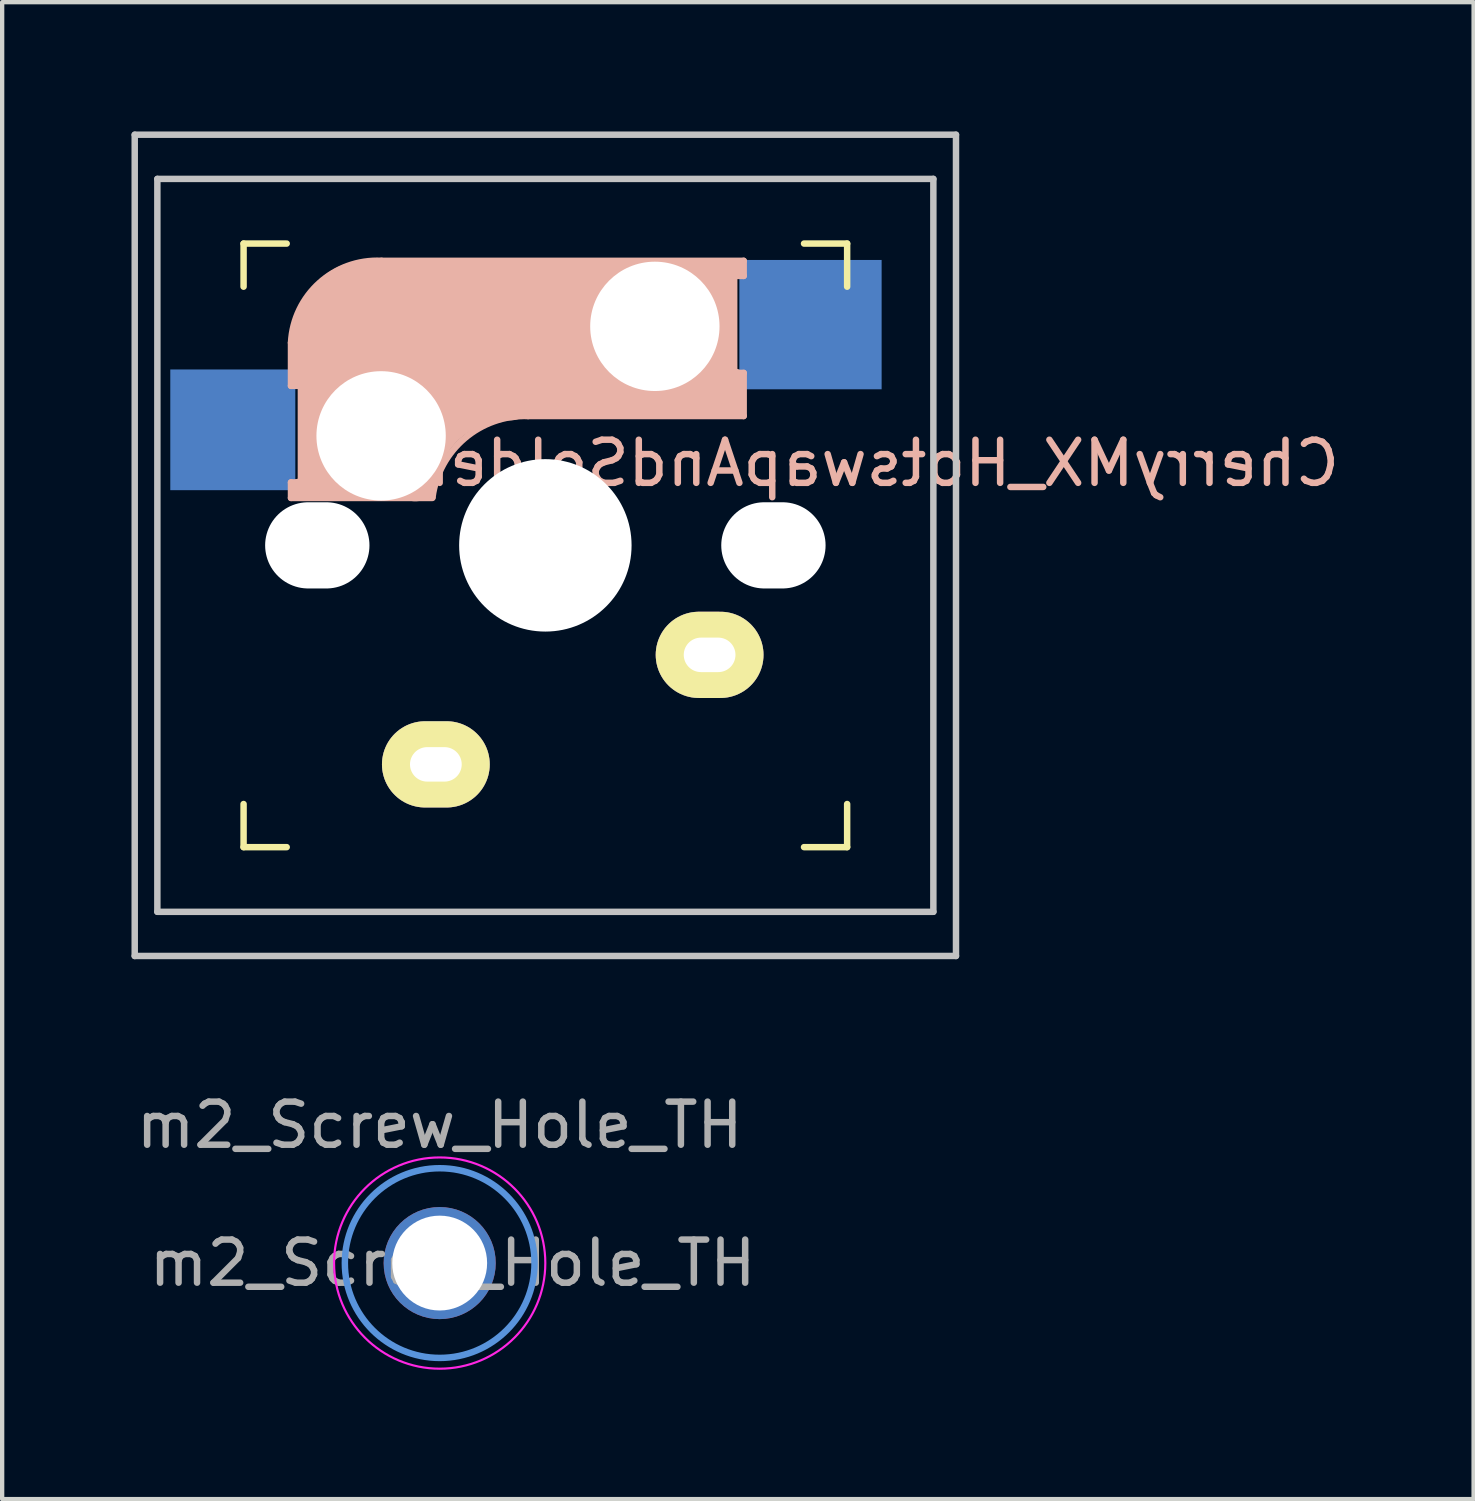
<source format=kicad_pcb>
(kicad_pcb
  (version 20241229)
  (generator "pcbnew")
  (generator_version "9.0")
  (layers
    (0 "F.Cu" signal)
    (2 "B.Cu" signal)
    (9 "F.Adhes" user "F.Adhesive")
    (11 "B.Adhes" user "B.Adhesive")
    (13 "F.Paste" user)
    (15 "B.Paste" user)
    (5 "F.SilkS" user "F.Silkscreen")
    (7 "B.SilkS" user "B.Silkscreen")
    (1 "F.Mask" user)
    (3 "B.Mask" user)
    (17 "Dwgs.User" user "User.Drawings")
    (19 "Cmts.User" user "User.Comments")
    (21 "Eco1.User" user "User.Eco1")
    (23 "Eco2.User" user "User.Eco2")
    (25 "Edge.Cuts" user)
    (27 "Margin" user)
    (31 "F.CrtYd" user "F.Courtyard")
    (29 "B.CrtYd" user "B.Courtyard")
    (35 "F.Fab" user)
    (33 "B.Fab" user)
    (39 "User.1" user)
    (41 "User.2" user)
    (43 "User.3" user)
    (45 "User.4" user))
  (footprint "m2_Screw_Hole_TH"
    (layer "F.Cu")
    (at 7.149 26.248)
    (property "Reference" "m2_Screw_Hole_TH" (at 0 -3.2 0) (layer "F.Fab") (effects (font (size 1 1) (thickness 0.15))))
    (attr exclude_from_pos_files exclude_from_bom)
    (fp_circle (center 0 0) (end 2.2 0) (stroke (width 0.15) (type solid)) (fill no) (layer "Cmts.User"))
    (fp_circle (center 0 0) (end 2.45 0) (stroke (width 0.05) (type solid)) (fill no) (layer "F.CrtYd"))
    (fp_text user "${REFERENCE}" (at 0.3 0 0) (layer "F.Fab") (effects (font (size 1 1) (thickness 0.15))))
    (pad "" thru_hole circle (at 0 0) (size 2.6 2.6) (drill 2.2) (layers "*.Cu" "*.Mask")))
  (footprint "CherryMX_HotswapAndSolder_1u"
    (layer "F.Cu")
    (at 9.6 9.6)
    (property "Reference" "CherryMX_HotswapAndSolder_1u" (at 6.477 -1.905 0) (layer "B.SilkS") (effects (font (size 1 1) (thickness 0.15)) (justify mirror)))
    (attr smd)
    (fp_line (start -7 -7) (end -6 -7) (stroke (width 0.15) (type solid)) (layer "F.SilkS"))
    (fp_line (start -7 -6) (end -7 -7) (stroke (width 0.15) (type solid)) (layer "F.SilkS"))
    (fp_line (start -7 6) (end -7 7) (stroke (width 0.15) (type solid)) (layer "F.SilkS"))
    (fp_line (start -7 7) (end -6 7) (stroke (width 0.15) (type solid)) (layer "F.SilkS"))
    (fp_line (start 6 7) (end 7 7) (stroke (width 0.15) (type solid)) (layer "F.SilkS"))
    (fp_line (start 7 -7) (end 6 -7) (stroke (width 0.15) (type solid)) (layer "F.SilkS"))
    (fp_line (start 7 -7) (end 7 -6) (stroke (width 0.15) (type solid)) (layer "F.SilkS"))
    (fp_line (start 7 7) (end 7 6) (stroke (width 0.15) (type solid)) (layer "F.SilkS"))
    (fp_line (start -5.9 -4.7) (end -5.9 -3.7) (stroke (width 0.15) (type solid)) (layer "B.SilkS"))
    (fp_line (start -5.9 -3.7) (end -5.7 -3.7) (stroke (width 0.15) (type solid)) (layer "B.SilkS"))
    (fp_line (start -5.9 -1.1) (end -5.9 -1.46) (stroke (width 0.15) (type solid)) (layer "B.SilkS"))
    (fp_line (start -5.9 -1.1) (end -2.62 -1.1) (stroke (width 0.15) (type solid)) (layer "B.SilkS"))
    (fp_line (start -5.8 -3.8) (end -5.8 -4.7) (stroke (width 0.3) (type solid)) (layer "B.SilkS"))
    (fp_line (start -5.7 -1.46) (end -5.9 -1.46) (stroke (width 0.15) (type solid)) (layer "B.SilkS"))
    (fp_line (start -5.7 -1.3) (end -3 -1.3) (stroke (width 0.5) (type solid)) (layer "B.SilkS"))
    (fp_line (start -5.67 -3.7) (end -5.67 -1.46) (stroke (width 0.15) (type solid)) (layer "B.SilkS"))
    (fp_line (start -5.3 -1.6) (end -5.3 -3.4) (stroke (width 0.8) (type solid)) (layer "B.SilkS"))
    (fp_line (start -4.17 -5.1) (end -4.17 -2.86) (stroke (width 3) (type solid)) (layer "B.SilkS"))
    (fp_line (start -0.4 -3) (end 4.6 -3) (stroke (width 0.15) (type solid)) (layer "B.SilkS"))
    (fp_line (start 2.6 -4.8) (end -4.1 -4.8) (stroke (width 3.5) (type solid)) (layer "B.SilkS"))
    (fp_line (start 3.9 -6) (end 3.9 -3.5) (stroke (width 1) (type solid)) (layer "B.SilkS"))
    (fp_line (start 4.3 -3.3) (end 2.9 -3.3) (stroke (width 0.5) (type solid)) (layer "B.SilkS"))
    (fp_line (start 4.38 -4) (end 4.38 -6.25) (stroke (width 0.15) (type solid)) (layer "B.SilkS"))
    (fp_line (start 4.4 -6.4) (end 3 -6.4) (stroke (width 0.4) (type solid)) (layer "B.SilkS"))
    (fp_line (start 4.4 -6.25) (end 4.6 -6.25) (stroke (width 0.15) (type solid)) (layer "B.SilkS"))
    (fp_line (start 4.4 -3.9) (end 4.4 -3.2) (stroke (width 0.4) (type solid)) (layer "B.SilkS"))
    (fp_line (start 4.6 -6.6) (end -3.8 -6.6) (stroke (width 0.15) (type solid)) (layer "B.SilkS"))
    (fp_line (start 4.6 -6.25) (end 4.6 -6.6) (stroke (width 0.15) (type solid)) (layer "B.SilkS"))
    (fp_line (start 4.6 -4) (end 4.4 -4) (stroke (width 0.15) (type solid)) (layer "B.SilkS"))
    (fp_line (start 4.6 -3) (end 4.6 -4) (stroke (width 0.15) (type solid)) (layer "B.SilkS"))
    (fp_arc (start -5.9 -4.699999) (mid -5.243504 -6.084924) (end -3.800001 -6.6) (stroke (width 0.15) (type solid)) (layer "B.SilkS"))
    (fp_arc (start -3.016318 -1.521471) (mid -2.268709 -2.886118) (end -0.8 -3.4) (stroke (width 1) (type solid)) (layer "B.SilkS"))
    (fp_arc (start -2.616318 -1.121471) (mid -1.868709 -2.486118) (end -0.4 -3) (stroke (width 0.15) (type solid)) (layer "B.SilkS"))
    (fp_line (start -9.525 -9.525) (end 9.525 -9.525) (stroke (width 0.15) (type solid)) (layer "Dwgs.User"))
    (fp_line (start -9.525 9.525) (end -9.525 -9.525) (stroke (width 0.15) (type solid)) (layer "Dwgs.User"))
    (fp_line (start -9 -8.5) (end 9 -8.5) (stroke (width 0.15) (type solid)) (layer "Dwgs.User"))
    (fp_line (start -9 8.5) (end -9 -8.5) (stroke (width 0.15) (type solid)) (layer "Dwgs.User"))
    (fp_line (start 9 -8.5) (end 9 8.5) (stroke (width 0.15) (type solid)) (layer "Dwgs.User"))
    (fp_line (start 9 8.5) (end -9 8.5) (stroke (width 0.15) (type solid)) (layer "Dwgs.User"))
    (fp_line (start 9.525 -9.525) (end 9.525 9.525) (stroke (width 0.15) (type solid)) (layer "Dwgs.User"))
    (fp_line (start 9.525 9.525) (end -9.525 9.525) (stroke (width 0.15) (type solid)) (layer "Dwgs.User"))
    (pad "" np_thru_hole oval (at -5.29 0) (size 2.42 2) (drill oval 2.42 2) (layers "*.Cu" "*.Mask"))
    (pad "" np_thru_hole circle (at -3.81 -2.54 180) (size 3 3) (drill 3) (layers "*.Cu" "*.Mask"))
    (pad "" np_thru_hole circle (at 0 0 90) (size 4 4) (drill 4) (layers "*.Cu" "*.Mask"))
    (pad "" np_thru_hole circle (at 2.54 -5.08 180) (size 3 3) (drill 3) (layers "*.Cu" "*.Mask"))
    (pad "" np_thru_hole oval (at 5.29 0) (size 2.42 2) (drill oval 2.42 2) (layers "*.Cu" "*.Mask"))
    (pad "1" smd rect (at -6.8 -2.68 180) (size 2.9 2.8) (drill (offset 0.45 0)) (layers "B.Cu" "B.Mask" "B.Paste"))
    (pad "1" thru_hole oval (at 3.81 2.54) (size 2.5 2) (drill oval 1.2 0.8) (layers "*.Cu" "B.Mask" "F.SilkS"))
    (pad "2" thru_hole oval (at -2.54 5.08) (size 2.5 2) (drill oval 1.2 0.8) (layers "*.Cu" "B.Mask" "F.SilkS"))
    (pad "2" smd rect (at 5.7 -5.12 180) (size 3.3 3) (drill (offset -0.45 0)) (layers "B.Cu" "B.Mask" "B.Paste")))
  (gr_rect
    (start -3 -3)
    (end 31.131 31.723)
    (stroke (width 0.1) (type default))
    (fill no)
    (layer "Edge.Cuts")))
</source>
